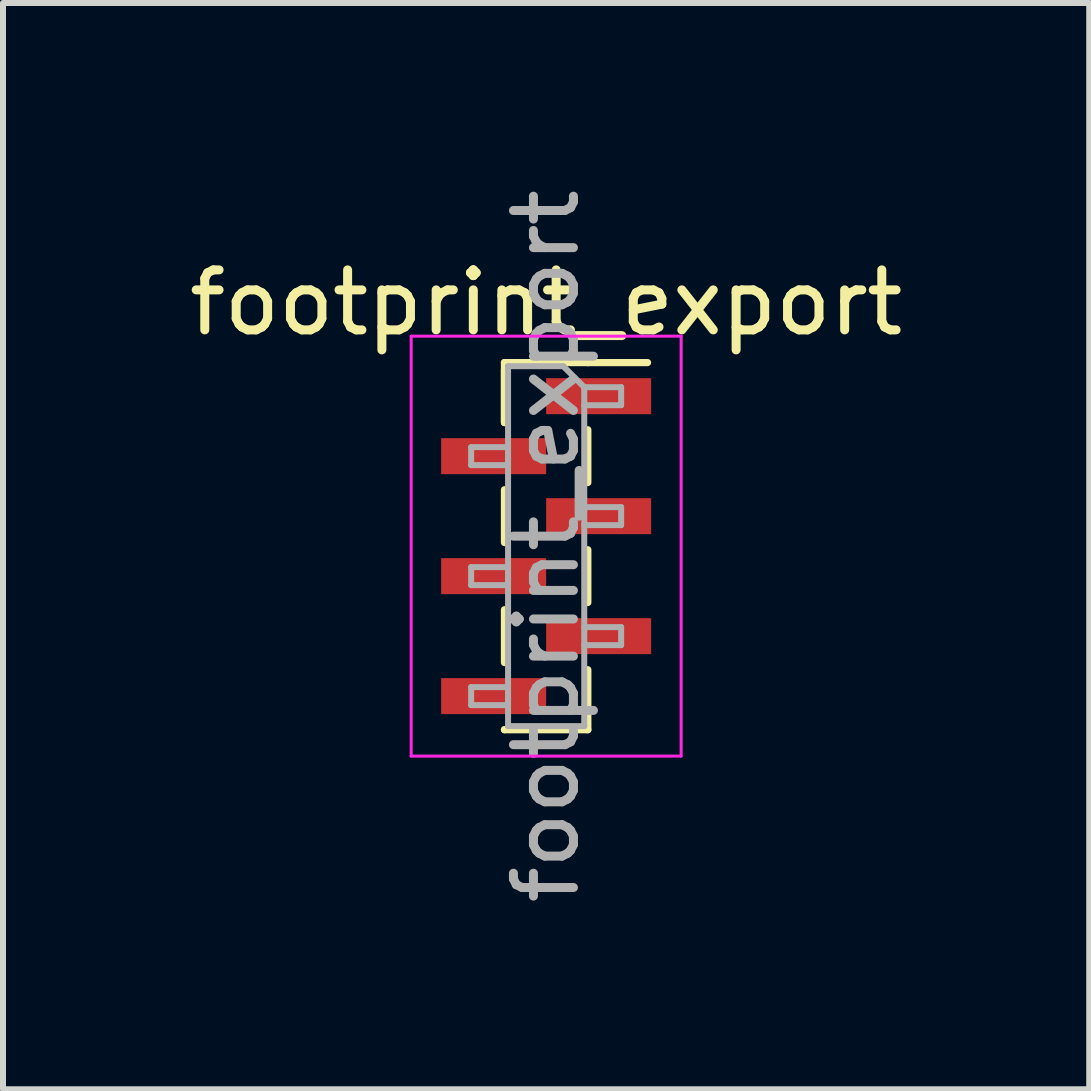
<source format=kicad_pcb>
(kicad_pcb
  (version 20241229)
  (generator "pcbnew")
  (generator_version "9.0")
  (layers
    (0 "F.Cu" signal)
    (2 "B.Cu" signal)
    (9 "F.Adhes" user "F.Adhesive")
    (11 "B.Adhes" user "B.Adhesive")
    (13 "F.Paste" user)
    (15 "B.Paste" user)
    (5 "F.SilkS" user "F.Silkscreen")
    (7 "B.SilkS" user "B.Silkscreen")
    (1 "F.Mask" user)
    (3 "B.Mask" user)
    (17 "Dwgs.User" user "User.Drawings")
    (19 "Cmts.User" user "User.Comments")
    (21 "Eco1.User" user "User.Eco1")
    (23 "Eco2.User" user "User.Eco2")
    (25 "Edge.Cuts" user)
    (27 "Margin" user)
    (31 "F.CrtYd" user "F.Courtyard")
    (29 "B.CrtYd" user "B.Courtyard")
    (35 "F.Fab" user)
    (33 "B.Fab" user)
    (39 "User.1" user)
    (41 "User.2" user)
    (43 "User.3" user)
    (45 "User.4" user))
  (footprint "footprint_export"
    (layer "F.Cu")
    (at 6.054 6.054)
    (property "Reference" "footprint_export" (at 0 -4.06 0) (layer "F.SilkS") (effects (font (size 1 1) (thickness 0.15))))
    (attr smd)
    (fp_line (start -0.695 -3.06) (end -0.695 -2.06) (stroke (width 0.12) (type solid)) (layer "F.SilkS"))
    (fp_line (start -0.695 -3.06) (end 0.695 -3.06) (stroke (width 0.12) (type solid)) (layer "F.SilkS"))
    (fp_line (start -0.695 -2.94) (end -0.695 -2.06) (stroke (width 0.12) (type solid)) (layer "F.SilkS"))
    (fp_line (start -0.695 -0.94) (end -0.695 -0.06) (stroke (width 0.12) (type solid)) (layer "F.SilkS"))
    (fp_line (start -0.695 1.06) (end -0.695 1.94) (stroke (width 0.12) (type solid)) (layer "F.SilkS"))
    (fp_line (start -0.695 3.06) (end -0.695 3.06) (stroke (width 0.12) (type solid)) (layer "F.SilkS"))
    (fp_line (start -0.695 3.06) (end 0.695 3.06) (stroke (width 0.12) (type solid)) (layer "F.SilkS"))
    (fp_line (start 0.695 -3.06) (end 0.695 -3.06) (stroke (width 0.12) (type solid)) (layer "F.SilkS"))
    (fp_line (start 0.695 -3.06) (end 1.69 -3.06) (stroke (width 0.12) (type solid)) (layer "F.SilkS"))
    (fp_line (start 0.695 -1.94) (end 0.695 -1.06) (stroke (width 0.12) (type solid)) (layer "F.SilkS"))
    (fp_line (start 0.695 0.06) (end 0.695 0.94) (stroke (width 0.12) (type solid)) (layer "F.SilkS"))
    (fp_line (start 0.695 2.06) (end 0.695 3.06) (stroke (width 0.12) (type solid)) (layer "F.SilkS"))
    (fp_line (start -2.25 -3.5) (end -2.25 3.5) (stroke (width 0.05) (type solid)) (layer "F.CrtYd"))
    (fp_line (start -2.25 3.5) (end 2.25 3.5) (stroke (width 0.05) (type solid)) (layer "F.CrtYd"))
    (fp_line (start 2.25 -3.5) (end -2.25 -3.5) (stroke (width 0.05) (type solid)) (layer "F.CrtYd"))
    (fp_line (start 2.25 3.5) (end 2.25 -3.5) (stroke (width 0.05) (type solid)) (layer "F.CrtYd"))
    (fp_line (start -1.25 -1.65) (end -1.25 -1.35) (stroke (width 0.1) (type solid)) (layer "F.Fab"))
    (fp_line (start -1.25 -1.35) (end -0.635 -1.35) (stroke (width 0.1) (type solid)) (layer "F.Fab"))
    (fp_line (start -1.25 0.35) (end -1.25 0.65) (stroke (width 0.1) (type solid)) (layer "F.Fab"))
    (fp_line (start -1.25 0.65) (end -0.635 0.65) (stroke (width 0.1) (type solid)) (layer "F.Fab"))
    (fp_line (start -1.25 2.35) (end -1.25 2.65) (stroke (width 0.1) (type solid)) (layer "F.Fab"))
    (fp_line (start -1.25 2.65) (end -0.635 2.65) (stroke (width 0.1) (type solid)) (layer "F.Fab"))
    (fp_line (start -0.635 -3) (end -0.635 3) (stroke (width 0.1) (type solid)) (layer "F.Fab"))
    (fp_line (start -0.635 -3) (end 0.285 -3) (stroke (width 0.1) (type solid)) (layer "F.Fab"))
    (fp_line (start -0.635 -1.65) (end -1.25 -1.65) (stroke (width 0.1) (type solid)) (layer "F.Fab"))
    (fp_line (start -0.635 0.35) (end -1.25 0.35) (stroke (width 0.1) (type solid)) (layer "F.Fab"))
    (fp_line (start -0.635 2.35) (end -1.25 2.35) (stroke (width 0.1) (type solid)) (layer "F.Fab"))
    (fp_line (start 0.635 -2.65) (end 0.285 -3) (stroke (width 0.1) (type solid)) (layer "F.Fab"))
    (fp_line (start 0.635 -2.65) (end 1.25 -2.65) (stroke (width 0.1) (type solid)) (layer "F.Fab"))
    (fp_line (start 0.635 -0.65) (end 1.25 -0.65) (stroke (width 0.1) (type solid)) (layer "F.Fab"))
    (fp_line (start 0.635 1.35) (end 1.25 1.35) (stroke (width 0.1) (type solid)) (layer "F.Fab"))
    (fp_line (start 0.635 3) (end -0.635 3) (stroke (width 0.1) (type solid)) (layer "F.Fab"))
    (fp_line (start 0.635 3) (end 0.635 -2.65) (stroke (width 0.1) (type solid)) (layer "F.Fab"))
    (fp_line (start 1.25 -2.65) (end 1.25 -2.35) (stroke (width 0.1) (type solid)) (layer "F.Fab"))
    (fp_line (start 1.25 -2.35) (end 0.635 -2.35) (stroke (width 0.1) (type solid)) (layer "F.Fab"))
    (fp_line (start 1.25 -0.65) (end 1.25 -0.35) (stroke (width 0.1) (type solid)) (layer "F.Fab"))
    (fp_line (start 1.25 -0.35) (end 0.635 -0.35) (stroke (width 0.1) (type solid)) (layer "F.Fab"))
    (fp_line (start 1.25 1.35) (end 1.25 1.65) (stroke (width 0.1) (type solid)) (layer "F.Fab"))
    (fp_line (start 1.25 1.65) (end 0.635 1.65) (stroke (width 0.1) (type solid)) (layer "F.Fab"))
    (fp_text user "${REFERENCE}" (at 0 0 90) (layer "F.Fab") (effects (font (size 1 1) (thickness 0.15))))
    (pad "1" smd rect (at 0.875 -2.5) (size 1.75 0.6) (layers "F.Cu" "F.Mask" "F.Paste"))
    (pad "2" smd rect (at -0.875 -1.5) (size 1.75 0.6) (layers "F.Cu" "F.Mask" "F.Paste"))
    (pad "3" smd rect (at 0.875 -0.5) (size 1.75 0.6) (layers "F.Cu" "F.Mask" "F.Paste"))
    (pad "4" smd rect (at -0.875 0.5) (size 1.75 0.6) (layers "F.Cu" "F.Mask" "F.Paste"))
    (pad "5" smd rect (at 0.875 1.5) (size 1.75 0.6) (layers "F.Cu" "F.Mask" "F.Paste"))
    (pad "6" smd rect (at -0.875 2.5) (size 1.75 0.6) (layers "F.Cu" "F.Mask" "F.Paste")))
  (gr_rect
    (start -3 -3)
    (end 15.107 15.107)
    (stroke (width 0.1) (type default))
    (fill no)
    (layer "Edge.Cuts")))
</source>
